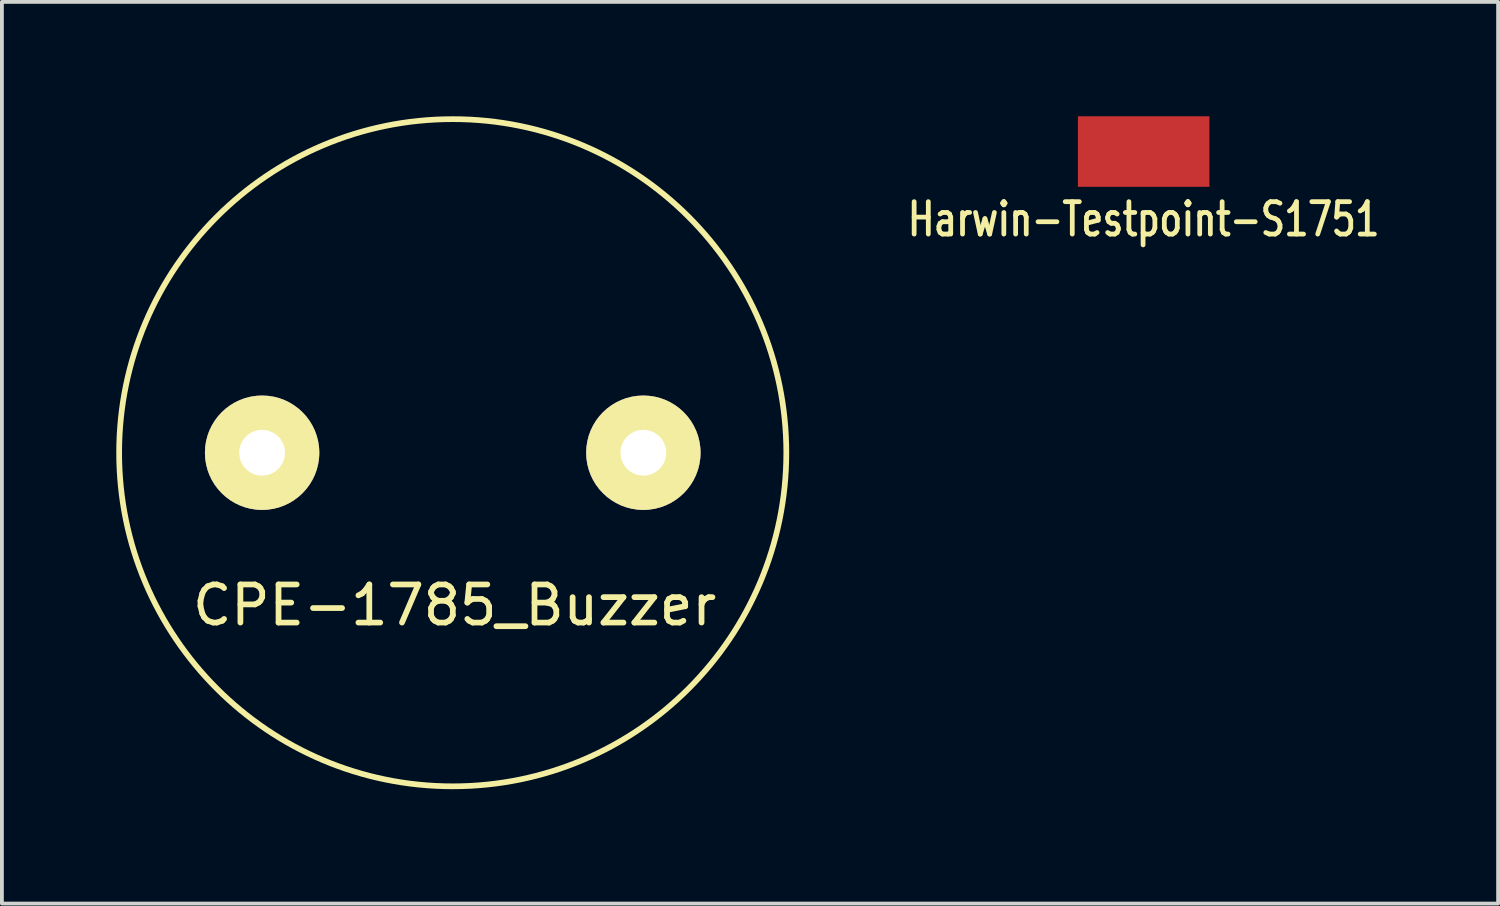
<source format=kicad_pcb>
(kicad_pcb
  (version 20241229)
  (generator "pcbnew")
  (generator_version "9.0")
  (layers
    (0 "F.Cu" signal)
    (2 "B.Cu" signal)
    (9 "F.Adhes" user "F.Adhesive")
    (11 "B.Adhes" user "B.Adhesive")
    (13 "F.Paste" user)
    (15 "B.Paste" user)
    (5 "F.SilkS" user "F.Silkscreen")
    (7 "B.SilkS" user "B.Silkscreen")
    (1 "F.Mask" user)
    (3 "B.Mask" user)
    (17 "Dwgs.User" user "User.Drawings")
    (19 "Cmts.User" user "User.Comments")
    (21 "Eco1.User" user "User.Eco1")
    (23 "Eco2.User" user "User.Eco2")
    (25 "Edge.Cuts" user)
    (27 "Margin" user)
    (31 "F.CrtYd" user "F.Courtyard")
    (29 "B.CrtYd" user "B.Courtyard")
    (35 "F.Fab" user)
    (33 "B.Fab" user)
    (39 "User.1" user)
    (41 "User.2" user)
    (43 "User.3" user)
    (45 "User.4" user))
  (footprint "Harwin-Testpoint-S1751"
    (layer "F.Cu")
    (at 26.948 0.925)
    (property "Reference" "Harwin-Testpoint-S1751" (at 0 1.778 0) (layer "F.SilkS") (effects (font (size 0.85 0.65) (thickness 0.125))))
    (attr through_hole)
    (pad "1" smd rect (at 0 0) (size 3.45 1.85) (layers "F.Cu" "F.Mask" "F.Paste")))
  (footprint "CPE-1785_Buzzer"
    (layer "F.Cu")
    (at 8.825 8.825)
    (property "Reference" "CPE-1785_Buzzer" (at 0.05 4 0) (layer "F.SilkS") (effects (font (size 1 1) (thickness 0.15))))
    (attr through_hole)
    (fp_circle (center 0 0) (end -8.75 0) (stroke (width 0.15) (type solid)) (fill no) (layer "F.SilkS"))
    (pad "1" thru_hole circle (at -5 0) (size 3 3) (drill 1.2) (layers "*.Cu" "*.Mask" "F.SilkS"))
    (pad "2" thru_hole circle (at 5 0) (size 3 3) (drill 1.2) (layers "*.Cu" "*.Mask" "F.SilkS")))
  (gr_rect
    (start -3 -3)
    (end 36.245 20.65)
    (stroke (width 0.1) (type default))
    (fill no)
    (layer "Edge.Cuts")))
</source>
